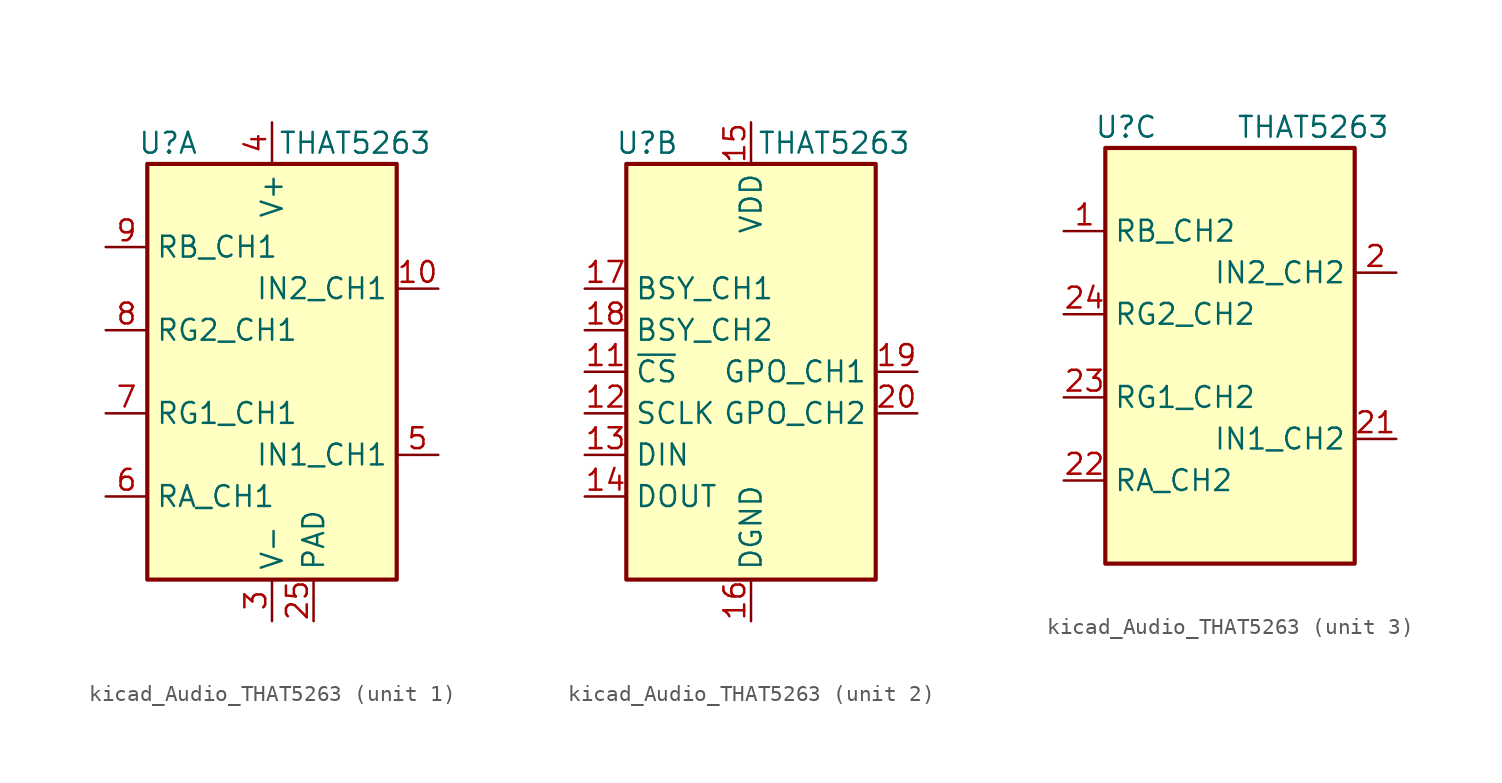
<source format=kicad_sym>
(kicad_symbol_lib
  (version 20220914)
  (generator kicad_symbol_editor)
  (symbol "kicad_Audio_THAT5263"
    (property "Reference" "U"
      (at -6.35 13.97 0)
      (effects (font (size 1.27 1.27))))
    (property "Value" "THAT5263"
      (at 5.08 13.97 0)
      (effects (font (size 1.27 1.27))))
    (property "ki_locked" ""
      (at 0 0 0)
      (effects (font (size 1.27 1.27))))
    (symbol "kicad_Audio_THAT5263_0_1"
      (rectangle (start -7.62 12.7) (end 7.62 -12.7) (stroke (width 0.254) (type default)) (fill (type background))))
    (symbol "kicad_Audio_THAT5263_1_1"
      (pin input line (at 10.16 5.08 180) (length 2.54) (name "IN2_CH1" (effects (font (size 1.27 1.27)))) (number "10" (effects (font (size 1.27 1.27)))))
      (pin passive line (at 2.54 -15.24 90) (length 2.54) (name "PAD" (effects (font (size 1.27 1.27)))) (number "25" (effects (font (size 1.27 1.27)))))
      (pin power_in line (at 0 -15.24 90) (length 2.54) (name "V-" (effects (font (size 1.27 1.27)))) (number "3" (effects (font (size 1.27 1.27)))))
      (pin power_in line (at 0 15.24 270) (length 2.54) (name "V+" (effects (font (size 1.27 1.27)))) (number "4" (effects (font (size 1.27 1.27)))))
      (pin input line (at 10.16 -5.08 180) (length 2.54) (name "IN1_CH1" (effects (font (size 1.27 1.27)))) (number "5" (effects (font (size 1.27 1.27)))))
      (pin passive line (at -10.16 -7.62 0) (length 2.54) (name "RA_CH1" (effects (font (size 1.27 1.27)))) (number "6" (effects (font (size 1.27 1.27)))))
      (pin passive line (at -10.16 -2.54 0) (length 2.54) (name "RG1_CH1" (effects (font (size 1.27 1.27)))) (number "7" (effects (font (size 1.27 1.27)))))
      (pin passive line (at -10.16 2.54 0) (length 2.54) (name "RG2_CH1" (effects (font (size 1.27 1.27)))) (number "8" (effects (font (size 1.27 1.27)))))
      (pin passive line (at -10.16 7.62 0) (length 2.54) (name "RB_CH1" (effects (font (size 1.27 1.27)))) (number "9" (effects (font (size 1.27 1.27))))))
    (symbol "kicad_Audio_THAT5263_2_1"
      (pin input line (at -10.16 0 0) (length 2.54) (name "~{CS}" (effects (font (size 1.27 1.27)))) (number "11" (effects (font (size 1.27 1.27)))))
      (pin input line (at -10.16 -2.54 0) (length 2.54) (name "SCLK" (effects (font (size 1.27 1.27)))) (number "12" (effects (font (size 1.27 1.27)))))
      (pin input line (at -10.16 -5.08 0) (length 2.54) (name "DIN" (effects (font (size 1.27 1.27)))) (number "13" (effects (font (size 1.27 1.27)))))
      (pin tri_state line (at -10.16 -7.62 0) (length 2.54) (name "DOUT" (effects (font (size 1.27 1.27)))) (number "14" (effects (font (size 1.27 1.27)))))
      (pin power_in line (at 0 15.24 270) (length 2.54) (name "VDD" (effects (font (size 1.27 1.27)))) (number "15" (effects (font (size 1.27 1.27)))))
      (pin power_in line (at 0 -15.24 90) (length 2.54) (name "DGND" (effects (font (size 1.27 1.27)))) (number "16" (effects (font (size 1.27 1.27)))))
      (pin output line (at -10.16 5.08 0) (length 2.54) (name "BSY_CH1" (effects (font (size 1.27 1.27)))) (number "17" (effects (font (size 1.27 1.27)))))
      (pin output line (at -10.16 2.54 0) (length 2.54) (name "BSY_CH2" (effects (font (size 1.27 1.27)))) (number "18" (effects (font (size 1.27 1.27)))))
      (pin output line (at 10.16 0 180) (length 2.54) (name "GPO_CH1" (effects (font (size 1.27 1.27)))) (number "19" (effects (font (size 1.27 1.27)))))
      (pin output line (at 10.16 -2.54 180) (length 2.54) (name "GPO_CH2" (effects (font (size 1.27 1.27)))) (number "20" (effects (font (size 1.27 1.27))))))
    (symbol "kicad_Audio_THAT5263_3_1"
      (pin passive line (at -10.16 7.62 0) (length 2.54) (name "RB_CH2" (effects (font (size 1.27 1.27)))) (number "1" (effects (font (size 1.27 1.27)))))
      (pin input line (at 10.16 5.08 180) (length 2.54) (name "IN2_CH2" (effects (font (size 1.27 1.27)))) (number "2" (effects (font (size 1.27 1.27)))))
      (pin input line (at 10.16 -5.08 180) (length 2.54) (name "IN1_CH2" (effects (font (size 1.27 1.27)))) (number "21" (effects (font (size 1.27 1.27)))))
      (pin passive line (at -10.16 -7.62 0) (length 2.54) (name "RA_CH2" (effects (font (size 1.27 1.27)))) (number "22" (effects (font (size 1.27 1.27)))))
      (pin passive line (at -10.16 -2.54 0) (length 2.54) (name "RG1_CH2" (effects (font (size 1.27 1.27)))) (number "23" (effects (font (size 1.27 1.27)))))
      (pin passive line (at -10.16 2.54 0) (length 2.54) (name "RG2_CH2" (effects (font (size 1.27 1.27)))) (number "24" (effects (font (size 1.27 1.27))))))))
</source>
